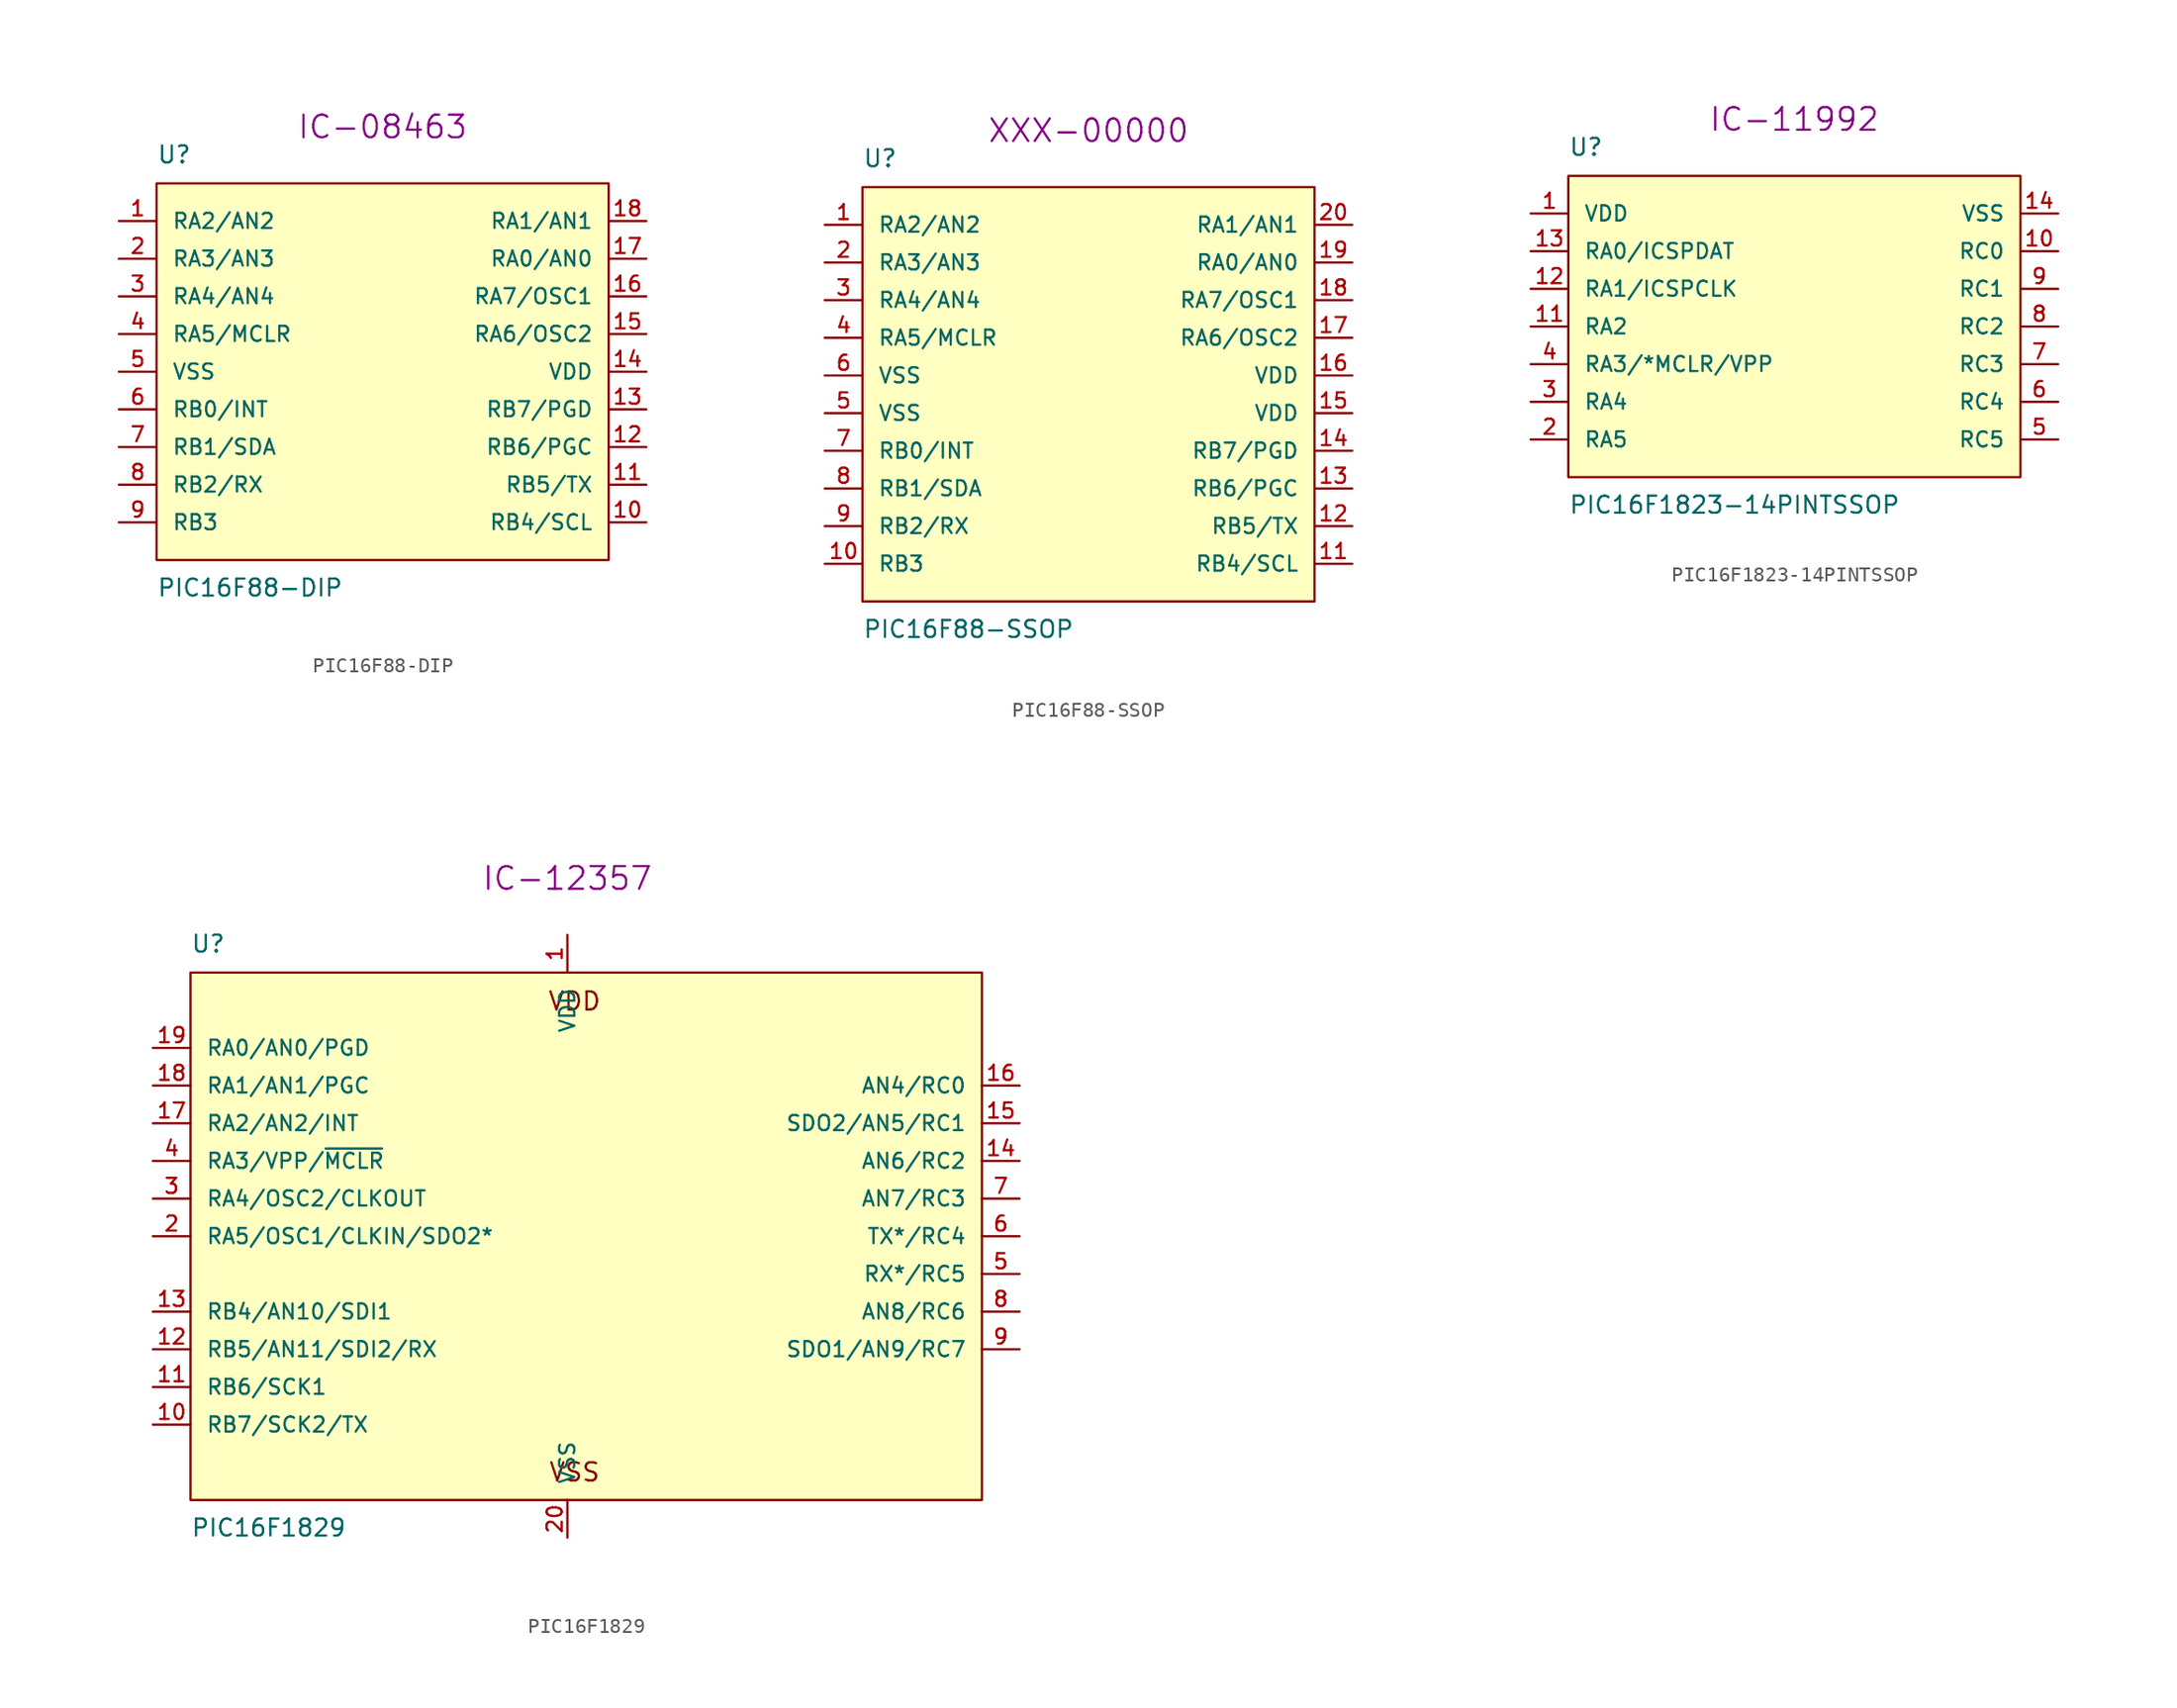
<source format=kicad_sym>
(kicad_symbol_lib
  (version 20220914)
  (generator kicad_symbol_editor)
  (symbol "PIC16F88-DIP"
    (pin_names
      (offset 1.016))
    (property "Reference" "U"
      (at -15.24 13.97 0)
      (effects (font (size 1.143 1.143)) (justify left bottom)))
    (property "Value" "PIC16F88-DIP"
      (at -15.24 -15.24 0)
      (effects (font (size 1.143 1.143)) (justify left bottom)))
    (property "Field4" "IC-08463"
      (at 0 16.51 0)
      (effects (font (size 1.524 1.524))))
    (property "ki_locked" ""
      (at 0 0 0)
      (effects (font (size 1.27 1.27))))
    (symbol "PIC16F88-DIP_1_1"
      (polyline (pts (xy 15.24 -12.7) (xy -15.24 -12.7) (xy -15.24 12.7) (xy 15.24 12.7) (xy 15.24 -12.7)) (stroke (width 0) (type solid)) (fill (type background)))
      (pin bidirectional line (at -17.78 10.16 0) (length 2.54) (name "RA2/AN2" (effects (font (size 1.016 1.016)))) (number "1" (effects (font (size 1.016 1.016)))))
      (pin bidirectional line (at 17.78 -10.16 180) (length 2.54) (name "RB4/SCL" (effects (font (size 1.016 1.016)))) (number "10" (effects (font (size 1.016 1.016)))))
      (pin bidirectional line (at 17.78 -7.62 180) (length 2.54) (name "RB5/TX" (effects (font (size 1.016 1.016)))) (number "11" (effects (font (size 1.016 1.016)))))
      (pin bidirectional line (at 17.78 -5.08 180) (length 2.54) (name "RB6/PGC" (effects (font (size 1.016 1.016)))) (number "12" (effects (font (size 1.016 1.016)))))
      (pin bidirectional line (at 17.78 -2.54 180) (length 2.54) (name "RB7/PGD" (effects (font (size 1.016 1.016)))) (number "13" (effects (font (size 1.016 1.016)))))
      (pin power_in line (at 17.78 0 180) (length 2.54) (name "VDD" (effects (font (size 1.016 1.016)))) (number "14" (effects (font (size 1.016 1.016)))))
      (pin bidirectional line (at 17.78 2.54 180) (length 2.54) (name "RA6/OSC2" (effects (font (size 1.016 1.016)))) (number "15" (effects (font (size 1.016 1.016)))))
      (pin bidirectional line (at 17.78 5.08 180) (length 2.54) (name "RA7/OSC1" (effects (font (size 1.016 1.016)))) (number "16" (effects (font (size 1.016 1.016)))))
      (pin bidirectional line (at 17.78 7.62 180) (length 2.54) (name "RA0/AN0" (effects (font (size 1.016 1.016)))) (number "17" (effects (font (size 1.016 1.016)))))
      (pin bidirectional line (at 17.78 10.16 180) (length 2.54) (name "RA1/AN1" (effects (font (size 1.016 1.016)))) (number "18" (effects (font (size 1.016 1.016)))))
      (pin bidirectional line (at -17.78 7.62 0) (length 2.54) (name "RA3/AN3" (effects (font (size 1.016 1.016)))) (number "2" (effects (font (size 1.016 1.016)))))
      (pin bidirectional line (at -17.78 5.08 0) (length 2.54) (name "RA4/AN4" (effects (font (size 1.016 1.016)))) (number "3" (effects (font (size 1.016 1.016)))))
      (pin input line (at -17.78 2.54 0) (length 2.54) (name "RA5/MCLR" (effects (font (size 1.016 1.016)))) (number "4" (effects (font (size 1.016 1.016)))))
      (pin power_in line (at -17.78 0 0) (length 2.54) (name "VSS" (effects (font (size 1.016 1.016)))) (number "5" (effects (font (size 1.016 1.016)))))
      (pin bidirectional line (at -17.78 -2.54 0) (length 2.54) (name "RB0/INT" (effects (font (size 1.016 1.016)))) (number "6" (effects (font (size 1.016 1.016)))))
      (pin bidirectional line (at -17.78 -5.08 0) (length 2.54) (name "RB1/SDA" (effects (font (size 1.016 1.016)))) (number "7" (effects (font (size 1.016 1.016)))))
      (pin bidirectional line (at -17.78 -7.62 0) (length 2.54) (name "RB2/RX" (effects (font (size 1.016 1.016)))) (number "8" (effects (font (size 1.016 1.016)))))
      (pin bidirectional line (at -17.78 -10.16 0) (length 2.54) (name "RB3" (effects (font (size 1.016 1.016)))) (number "9" (effects (font (size 1.016 1.016)))))))
  (symbol "PIC16F88-SSOP"
    (pin_names
      (offset 1.016))
    (property "Reference" "U"
      (at -15.24 13.97 0)
      (effects (font (size 1.143 1.143)) (justify left bottom)))
    (property "Value" "PIC16F88-SSOP"
      (at -15.24 -17.78 0)
      (effects (font (size 1.143 1.143)) (justify left bottom)))
    (property "Field4" "XXX-00000"
      (at 0 16.51 0)
      (effects (font (size 1.524 1.524))))
    (property "ki_locked" ""
      (at 0 0 0)
      (effects (font (size 1.27 1.27))))
    (symbol "PIC16F88-SSOP_1_1"
      (polyline (pts (xy 15.24 -15.24) (xy -15.24 -15.24) (xy -15.24 12.7) (xy 15.24 12.7) (xy 15.24 -15.24)) (stroke (width 0) (type solid)) (fill (type background)))
      (pin bidirectional line (at -17.78 10.16 0) (length 2.54) (name "RA2/AN2" (effects (font (size 1.016 1.016)))) (number "1" (effects (font (size 1.016 1.016)))))
      (pin bidirectional line (at -17.78 -12.7 0) (length 2.54) (name "RB3" (effects (font (size 1.016 1.016)))) (number "10" (effects (font (size 1.016 1.016)))))
      (pin bidirectional line (at 17.78 -12.7 180) (length 2.54) (name "RB4/SCL" (effects (font (size 1.016 1.016)))) (number "11" (effects (font (size 1.016 1.016)))))
      (pin bidirectional line (at 17.78 -10.16 180) (length 2.54) (name "RB5/TX" (effects (font (size 1.016 1.016)))) (number "12" (effects (font (size 1.016 1.016)))))
      (pin bidirectional line (at 17.78 -7.62 180) (length 2.54) (name "RB6/PGC" (effects (font (size 1.016 1.016)))) (number "13" (effects (font (size 1.016 1.016)))))
      (pin bidirectional line (at 17.78 -5.08 180) (length 2.54) (name "RB7/PGD" (effects (font (size 1.016 1.016)))) (number "14" (effects (font (size 1.016 1.016)))))
      (pin power_in line (at 17.78 -2.54 180) (length 2.54) (name "VDD" (effects (font (size 1.016 1.016)))) (number "15" (effects (font (size 1.016 1.016)))))
      (pin power_in line (at 17.78 0 180) (length 2.54) (name "VDD" (effects (font (size 1.016 1.016)))) (number "16" (effects (font (size 1.016 1.016)))))
      (pin bidirectional line (at 17.78 2.54 180) (length 2.54) (name "RA6/OSC2" (effects (font (size 1.016 1.016)))) (number "17" (effects (font (size 1.016 1.016)))))
      (pin bidirectional line (at 17.78 5.08 180) (length 2.54) (name "RA7/OSC1" (effects (font (size 1.016 1.016)))) (number "18" (effects (font (size 1.016 1.016)))))
      (pin bidirectional line (at 17.78 7.62 180) (length 2.54) (name "RA0/AN0" (effects (font (size 1.016 1.016)))) (number "19" (effects (font (size 1.016 1.016)))))
      (pin bidirectional line (at -17.78 7.62 0) (length 2.54) (name "RA3/AN3" (effects (font (size 1.016 1.016)))) (number "2" (effects (font (size 1.016 1.016)))))
      (pin bidirectional line (at 17.78 10.16 180) (length 2.54) (name "RA1/AN1" (effects (font (size 1.016 1.016)))) (number "20" (effects (font (size 1.016 1.016)))))
      (pin bidirectional line (at -17.78 5.08 0) (length 2.54) (name "RA4/AN4" (effects (font (size 1.016 1.016)))) (number "3" (effects (font (size 1.016 1.016)))))
      (pin input line (at -17.78 2.54 0) (length 2.54) (name "RA5/MCLR" (effects (font (size 1.016 1.016)))) (number "4" (effects (font (size 1.016 1.016)))))
      (pin power_in line (at -17.78 -2.54 0) (length 2.54) (name "VSS" (effects (font (size 1.016 1.016)))) (number "5" (effects (font (size 1.016 1.016)))))
      (pin power_in line (at -17.78 0 0) (length 2.54) (name "VSS" (effects (font (size 1.016 1.016)))) (number "6" (effects (font (size 1.016 1.016)))))
      (pin bidirectional line (at -17.78 -5.08 0) (length 2.54) (name "RB0/INT" (effects (font (size 1.016 1.016)))) (number "7" (effects (font (size 1.016 1.016)))))
      (pin bidirectional line (at -17.78 -7.62 0) (length 2.54) (name "RB1/SDA" (effects (font (size 1.016 1.016)))) (number "8" (effects (font (size 1.016 1.016)))))
      (pin bidirectional line (at -17.78 -10.16 0) (length 2.54) (name "RB2/RX" (effects (font (size 1.016 1.016)))) (number "9" (effects (font (size 1.016 1.016)))))))
  (symbol "PIC16F1823-14PINTSSOP"
    (pin_names
      (offset 1.016))
    (property "Reference" "U"
      (at -15.24 11.43 0)
      (effects (font (size 1.143 1.143)) (justify left bottom)))
    (property "Value" "PIC16F1823-14PINTSSOP"
      (at -15.24 -12.7 0)
      (effects (font (size 1.143 1.143)) (justify left bottom)))
    (property "Field4" "IC-11992"
      (at 0 13.97 0)
      (effects (font (size 1.524 1.524))))
    (property "ki_locked" ""
      (at 0 0 0)
      (effects (font (size 1.27 1.27))))
    (symbol "PIC16F1823-14PINTSSOP_1_1"
      (polyline (pts (xy 15.24 -10.16) (xy -15.24 -10.16) (xy -15.24 10.16) (xy 15.24 10.16) (xy 15.24 -10.16)) (stroke (width 0) (type solid)) (fill (type background)))
      (pin power_in line (at -17.78 7.62 0) (length 2.54) (name "VDD" (effects (font (size 1.016 1.016)))) (number "1" (effects (font (size 1.016 1.016)))))
      (pin bidirectional line (at 17.78 5.08 180) (length 2.54) (name "RC0" (effects (font (size 1.016 1.016)))) (number "10" (effects (font (size 1.016 1.016)))))
      (pin bidirectional line (at -17.78 0 0) (length 2.54) (name "RA2" (effects (font (size 1.016 1.016)))) (number "11" (effects (font (size 1.016 1.016)))))
      (pin bidirectional line (at -17.78 2.54 0) (length 2.54) (name "RA1/ICSPCLK" (effects (font (size 1.016 1.016)))) (number "12" (effects (font (size 1.016 1.016)))))
      (pin bidirectional line (at -17.78 5.08 0) (length 2.54) (name "RA0/ICSPDAT" (effects (font (size 1.016 1.016)))) (number "13" (effects (font (size 1.016 1.016)))))
      (pin power_in line (at 17.78 7.62 180) (length 2.54) (name "VSS" (effects (font (size 1.016 1.016)))) (number "14" (effects (font (size 1.016 1.016)))))
      (pin bidirectional line (at -17.78 -7.62 0) (length 2.54) (name "RA5" (effects (font (size 1.016 1.016)))) (number "2" (effects (font (size 1.016 1.016)))))
      (pin bidirectional line (at -17.78 -5.08 0) (length 2.54) (name "RA4" (effects (font (size 1.016 1.016)))) (number "3" (effects (font (size 1.016 1.016)))))
      (pin input line (at -17.78 -2.54 0) (length 2.54) (name "RA3/*MCLR/VPP" (effects (font (size 1.016 1.016)))) (number "4" (effects (font (size 1.016 1.016)))))
      (pin bidirectional line (at 17.78 -7.62 180) (length 2.54) (name "RC5" (effects (font (size 1.016 1.016)))) (number "5" (effects (font (size 1.016 1.016)))))
      (pin bidirectional line (at 17.78 -5.08 180) (length 2.54) (name "RC4" (effects (font (size 1.016 1.016)))) (number "6" (effects (font (size 1.016 1.016)))))
      (pin bidirectional line (at 17.78 -2.54 180) (length 2.54) (name "RC3" (effects (font (size 1.016 1.016)))) (number "7" (effects (font (size 1.016 1.016)))))
      (pin bidirectional line (at 17.78 0 180) (length 2.54) (name "RC2" (effects (font (size 1.016 1.016)))) (number "8" (effects (font (size 1.016 1.016)))))
      (pin bidirectional line (at 17.78 2.54 180) (length 2.54) (name "RC1" (effects (font (size 1.016 1.016)))) (number "9" (effects (font (size 1.016 1.016)))))))
  (symbol "PIC16F1829"
    (pin_names
      (offset 1.016))
    (property "Reference" "U"
      (at -25.4 21.59 0)
      (effects (font (size 1.143 1.143)) (justify left bottom)))
    (property "Value" "PIC16F1829"
      (at -25.4 -17.78 0)
      (effects (font (size 1.143 1.143)) (justify left bottom)))
    (property "Field4" "IC-12357"
      (at 0 26.67 0)
      (effects (font (size 1.524 1.524))))
    (property "ki_locked" ""
      (at 0 0 0)
      (effects (font (size 1.27 1.27))))
    (symbol "PIC16F1829_1_0"
      (text "VDD" (at 0.483 18.39 0) (effects (font (size 1.219 1.219))))
      (text "VSS" (at 0.483 -13.36 0) (effects (font (size 1.219 1.219)))))
    (symbol "PIC16F1829_1_1"
      (polyline (pts (xy -25.4 20.32) (xy 27.94 20.32) (xy 27.94 -15.24) (xy -25.4 -15.24) (xy -25.4 20.32)) (stroke (width 0) (type solid)) (fill (type background)))
      (pin power_in line (at 0 22.86 270) (length 2.54) (name "VDD" (effects (font (size 1.016 1.016)))) (number "1" (effects (font (size 1.016 1.016)))))
      (pin bidirectional line (at -27.94 -10.16 0) (length 2.54) (name "RB7/SCK2/TX" (effects (font (size 1.016 1.016)))) (number "10" (effects (font (size 1.016 1.016)))))
      (pin bidirectional line (at -27.94 -7.62 0) (length 2.54) (name "RB6/SCK1" (effects (font (size 1.016 1.016)))) (number "11" (effects (font (size 1.016 1.016)))))
      (pin bidirectional line (at -27.94 -5.08 0) (length 2.54) (name "RB5/AN11/SDI2/RX" (effects (font (size 1.016 1.016)))) (number "12" (effects (font (size 1.016 1.016)))))
      (pin bidirectional line (at -27.94 -2.54 0) (length 2.54) (name "RB4/AN10/SDI1" (effects (font (size 1.016 1.016)))) (number "13" (effects (font (size 1.016 1.016)))))
      (pin bidirectional line (at 30.48 7.62 180) (length 2.54) (name "AN6/RC2" (effects (font (size 1.016 1.016)))) (number "14" (effects (font (size 1.016 1.016)))))
      (pin bidirectional line (at 30.48 10.16 180) (length 2.54) (name "SDO2/AN5/RC1" (effects (font (size 1.016 1.016)))) (number "15" (effects (font (size 1.016 1.016)))))
      (pin bidirectional line (at 30.48 12.7 180) (length 2.54) (name "AN4/RC0" (effects (font (size 1.016 1.016)))) (number "16" (effects (font (size 1.016 1.016)))))
      (pin bidirectional line (at -27.94 10.16 0) (length 2.54) (name "RA2/AN2/INT" (effects (font (size 1.016 1.016)))) (number "17" (effects (font (size 1.016 1.016)))))
      (pin bidirectional line (at -27.94 12.7 0) (length 2.54) (name "RA1/AN1/PGC" (effects (font (size 1.016 1.016)))) (number "18" (effects (font (size 1.016 1.016)))))
      (pin bidirectional line (at -27.94 15.24 0) (length 2.54) (name "RA0/AN0/PGD" (effects (font (size 1.016 1.016)))) (number "19" (effects (font (size 1.016 1.016)))))
      (pin bidirectional line (at -27.94 2.54 0) (length 2.54) (name "RA5/OSC1/CLKIN/SDO2*" (effects (font (size 1.016 1.016)))) (number "2" (effects (font (size 1.016 1.016)))))
      (pin power_in line (at 0 -17.78 90) (length 2.54) (name "VSS" (effects (font (size 1.016 1.016)))) (number "20" (effects (font (size 1.016 1.016)))))
      (pin bidirectional line (at -27.94 5.08 0) (length 2.54) (name "RA4/OSC2/CLKOUT" (effects (font (size 1.016 1.016)))) (number "3" (effects (font (size 1.016 1.016)))))
      (pin input line (at -27.94 7.62 0) (length 2.54) (name "RA3/VPP/~{MCLR}" (effects (font (size 1.016 1.016)))) (number "4" (effects (font (size 1.016 1.016)))))
      (pin bidirectional line (at 30.48 0 180) (length 2.54) (name "RX*/RC5" (effects (font (size 1.016 1.016)))) (number "5" (effects (font (size 1.016 1.016)))))
      (pin bidirectional line (at 30.48 2.54 180) (length 2.54) (name "TX*/RC4" (effects (font (size 1.016 1.016)))) (number "6" (effects (font (size 1.016 1.016)))))
      (pin bidirectional line (at 30.48 5.08 180) (length 2.54) (name "AN7/RC3" (effects (font (size 1.016 1.016)))) (number "7" (effects (font (size 1.016 1.016)))))
      (pin bidirectional line (at 30.48 -2.54 180) (length 2.54) (name "AN8/RC6" (effects (font (size 1.016 1.016)))) (number "8" (effects (font (size 1.016 1.016)))))
      (pin bidirectional line (at 30.48 -5.08 180) (length 2.54) (name "SDO1/AN9/RC7" (effects (font (size 1.016 1.016)))) (number "9" (effects (font (size 1.016 1.016))))))))
</source>
